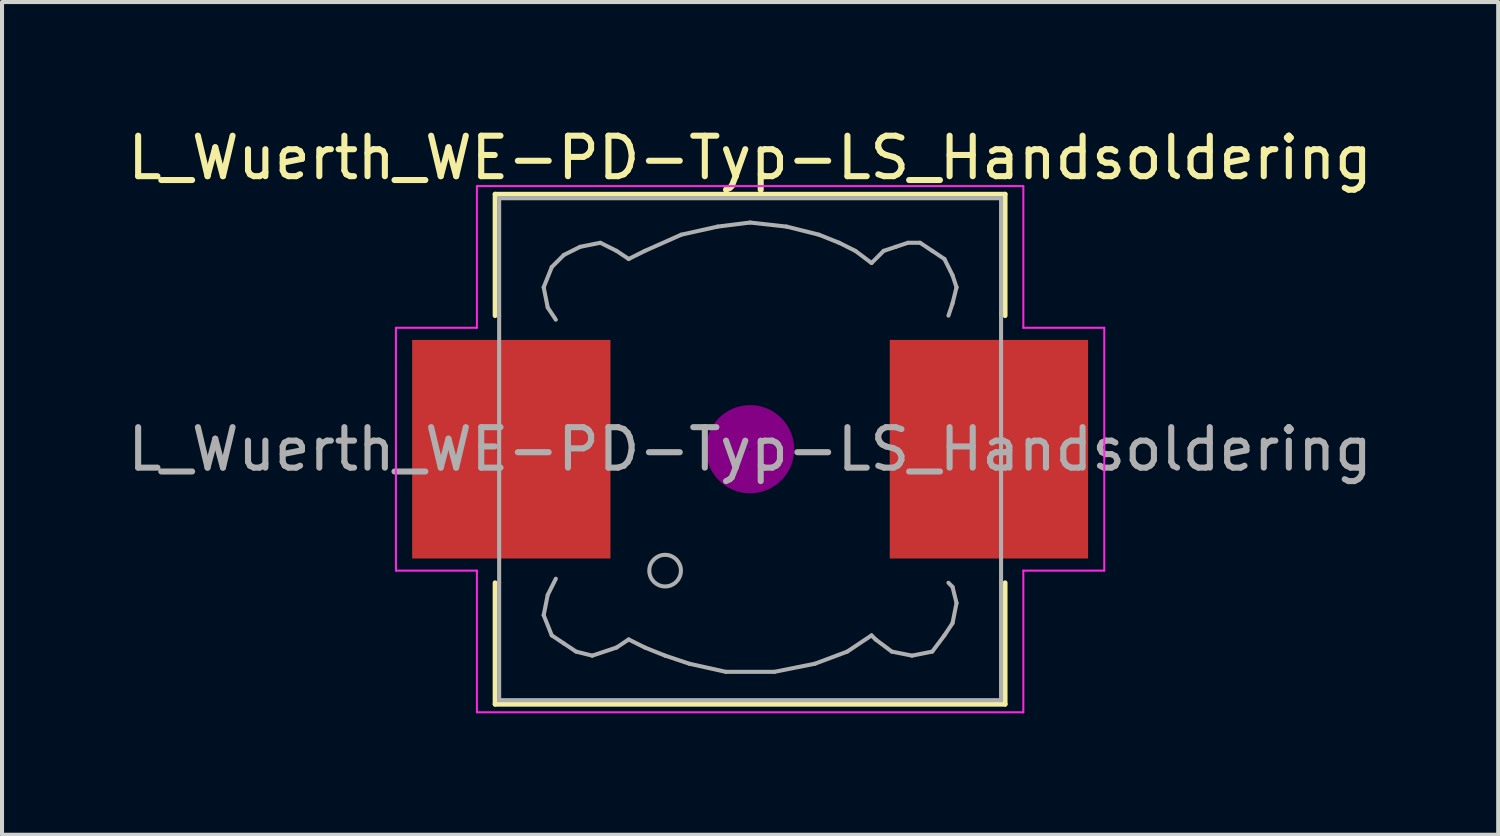
<source format=kicad_pcb>
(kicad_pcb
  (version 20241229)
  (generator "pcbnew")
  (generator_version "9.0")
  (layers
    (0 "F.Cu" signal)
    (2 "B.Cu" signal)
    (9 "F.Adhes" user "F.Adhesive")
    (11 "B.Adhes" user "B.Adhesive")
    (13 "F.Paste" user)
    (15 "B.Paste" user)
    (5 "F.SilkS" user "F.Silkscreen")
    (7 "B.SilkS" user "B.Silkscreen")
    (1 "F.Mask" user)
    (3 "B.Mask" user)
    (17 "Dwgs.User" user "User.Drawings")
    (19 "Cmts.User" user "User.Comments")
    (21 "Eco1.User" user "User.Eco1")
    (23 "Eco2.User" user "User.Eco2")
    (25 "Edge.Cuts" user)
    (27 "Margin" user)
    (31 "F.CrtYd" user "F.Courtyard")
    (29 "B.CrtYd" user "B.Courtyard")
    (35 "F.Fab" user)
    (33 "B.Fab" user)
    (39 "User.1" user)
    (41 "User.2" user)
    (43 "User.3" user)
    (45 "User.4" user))
  (footprint "L_Wuerth_WE-PD-Typ-LS_Handsoldering"
    (layer "F.Cu")
    (at 15.482 8.048)
    (property "Reference" "L_Wuerth_WE-PD-Typ-LS_Handsoldering" (at 0 -7.2 0) (layer "F.SilkS") (effects (font (size 1 1) (thickness 0.15))))
    (attr smd)
    (fp_line (start -6.3 -6.3) (end 6.3 -6.3) (stroke (width 0.12) (type solid)) (layer "F.SilkS"))
    (fp_line (start -6.3 -3.3) (end -6.3 -6.3) (stroke (width 0.12) (type solid)) (layer "F.SilkS"))
    (fp_line (start -6.3 6.3) (end -6.3 3.3) (stroke (width 0.12) (type solid)) (layer "F.SilkS"))
    (fp_line (start 6.3 -6.3) (end 6.3 -3.3) (stroke (width 0.12) (type solid)) (layer "F.SilkS"))
    (fp_line (start 6.3 3.3) (end 6.3 6.3) (stroke (width 0.12) (type solid)) (layer "F.SilkS"))
    (fp_line (start 6.3 6.3) (end -6.3 6.3) (stroke (width 0.12) (type solid)) (layer "F.SilkS"))
    (fp_circle (center 0 0) (end 0.15 0.15) (stroke (width 0.38) (type solid)) (fill no) (layer "F.Adhes"))
    (fp_circle (center 0 0) (end 0.55 0) (stroke (width 0.38) (type solid)) (fill no) (layer "F.Adhes"))
    (fp_circle (center 0 0) (end 0.9 0) (stroke (width 0.38) (type solid)) (fill no) (layer "F.Adhes"))
    (fp_line (start -8.75 -3) (end -6.75 -3) (stroke (width 0.05) (type solid)) (layer "F.CrtYd"))
    (fp_line (start -8.75 3) (end -8.75 -3) (stroke (width 0.05) (type solid)) (layer "F.CrtYd"))
    (fp_line (start -6.75 -6.5) (end 6.75 -6.5) (stroke (width 0.05) (type solid)) (layer "F.CrtYd"))
    (fp_line (start -6.75 -3) (end -6.75 -6.5) (stroke (width 0.05) (type solid)) (layer "F.CrtYd"))
    (fp_line (start -6.75 3) (end -8.75 3) (stroke (width 0.05) (type solid)) (layer "F.CrtYd"))
    (fp_line (start -6.75 6.5) (end -6.75 3) (stroke (width 0.05) (type solid)) (layer "F.CrtYd"))
    (fp_line (start 6.75 -6.5) (end 6.75 -3) (stroke (width 0.05) (type solid)) (layer "F.CrtYd"))
    (fp_line (start 6.75 -3) (end 8.75 -3) (stroke (width 0.05) (type solid)) (layer "F.CrtYd"))
    (fp_line (start 6.75 3) (end 6.75 6.5) (stroke (width 0.05) (type solid)) (layer "F.CrtYd"))
    (fp_line (start 6.75 6.5) (end -6.75 6.5) (stroke (width 0.05) (type solid)) (layer "F.CrtYd"))
    (fp_line (start 8.75 -3) (end 8.75 3) (stroke (width 0.05) (type solid)) (layer "F.CrtYd"))
    (fp_line (start 8.75 3) (end 6.75 3) (stroke (width 0.05) (type solid)) (layer "F.CrtYd"))
    (fp_line (start -6.2 -6.2) (end -6.2 -3.3) (stroke (width 0.1) (type solid)) (layer "F.Fab"))
    (fp_line (start -6.2 -3.3) (end -6.2 3.3) (stroke (width 0.1) (type solid)) (layer "F.Fab"))
    (fp_line (start -6.2 3.3) (end -6.2 6.2) (stroke (width 0.1) (type solid)) (layer "F.Fab"))
    (fp_line (start -6.2 6.2) (end 6.2 6.2) (stroke (width 0.1) (type solid)) (layer "F.Fab"))
    (fp_line (start -5.1 -4) (end -5 -3.5) (stroke (width 0.1) (type solid)) (layer "F.Fab"))
    (fp_line (start -5.1 4.1) (end -5 3.6) (stroke (width 0.1) (type solid)) (layer "F.Fab"))
    (fp_line (start -5 -3.5) (end -4.8 -3.2) (stroke (width 0.1) (type solid)) (layer "F.Fab"))
    (fp_line (start -5 3.6) (end -4.8 3.2) (stroke (width 0.1) (type solid)) (layer "F.Fab"))
    (fp_line (start -4.9 -4.5) (end -5.1 -4) (stroke (width 0.1) (type solid)) (layer "F.Fab"))
    (fp_line (start -4.9 4.6) (end -5.1 4.1) (stroke (width 0.1) (type solid)) (layer "F.Fab"))
    (fp_line (start -4.6 -4.8) (end -4.9 -4.5) (stroke (width 0.1) (type solid)) (layer "F.Fab"))
    (fp_line (start -4.6 4.8) (end -4.9 4.6) (stroke (width 0.1) (type solid)) (layer "F.Fab"))
    (fp_line (start -4.3 5) (end -4.6 4.8) (stroke (width 0.1) (type solid)) (layer "F.Fab"))
    (fp_line (start -4.2 -5) (end -4.6 -4.8) (stroke (width 0.1) (type solid)) (layer "F.Fab"))
    (fp_line (start -3.9 5.1) (end -4.3 5) (stroke (width 0.1) (type solid)) (layer "F.Fab"))
    (fp_line (start -3.7 -5.1) (end -4.2 -5) (stroke (width 0.1) (type solid)) (layer "F.Fab"))
    (fp_line (start -3.3 -4.9) (end -3.7 -5.1) (stroke (width 0.1) (type solid)) (layer "F.Fab"))
    (fp_line (start -3.3 4.9) (end -3.9 5.1) (stroke (width 0.1) (type solid)) (layer "F.Fab"))
    (fp_line (start -3 -4.7) (end -3.3 -4.9) (stroke (width 0.1) (type solid)) (layer "F.Fab"))
    (fp_line (start -3 4.7) (end -3.3 4.9) (stroke (width 0.1) (type solid)) (layer "F.Fab"))
    (fp_line (start -2.6 -4.9) (end -3 -4.7) (stroke (width 0.1) (type solid)) (layer "F.Fab"))
    (fp_line (start -2.6 4.9) (end -3 4.7) (stroke (width 0.1) (type solid)) (layer "F.Fab"))
    (fp_line (start -2.1 5.1) (end -2.6 4.9) (stroke (width 0.1) (type solid)) (layer "F.Fab"))
    (fp_line (start -1.7 -5.3) (end -2.6 -4.9) (stroke (width 0.1) (type solid)) (layer "F.Fab"))
    (fp_line (start -1.5 5.3) (end -2.1 5.1) (stroke (width 0.1) (type solid)) (layer "F.Fab"))
    (fp_line (start -0.8 -5.5) (end -1.7 -5.3) (stroke (width 0.1) (type solid)) (layer "F.Fab"))
    (fp_line (start -0.6 5.5) (end -1.5 5.3) (stroke (width 0.1) (type solid)) (layer "F.Fab"))
    (fp_line (start 0 -5.6) (end -0.8 -5.5) (stroke (width 0.1) (type solid)) (layer "F.Fab"))
    (fp_line (start 0.6 5.5) (end -0.6 5.5) (stroke (width 0.1) (type solid)) (layer "F.Fab"))
    (fp_line (start 0.9 -5.5) (end 0 -5.6) (stroke (width 0.1) (type solid)) (layer "F.Fab"))
    (fp_line (start 1.6 5.3) (end 0.6 5.5) (stroke (width 0.1) (type solid)) (layer "F.Fab"))
    (fp_line (start 1.7 -5.3) (end 0.9 -5.5) (stroke (width 0.1) (type solid)) (layer "F.Fab"))
    (fp_line (start 2.2 -5.1) (end 1.7 -5.3) (stroke (width 0.1) (type solid)) (layer "F.Fab"))
    (fp_line (start 2.4 5) (end 1.6 5.3) (stroke (width 0.1) (type solid)) (layer "F.Fab"))
    (fp_line (start 2.6 -4.9) (end 2.2 -5.1) (stroke (width 0.1) (type solid)) (layer "F.Fab"))
    (fp_line (start 3 -4.6) (end 2.6 -4.9) (stroke (width 0.1) (type solid)) (layer "F.Fab"))
    (fp_line (start 3 4.6) (end 2.4 5) (stroke (width 0.1) (type solid)) (layer "F.Fab"))
    (fp_line (start 3.1 4.7) (end 3 4.6) (stroke (width 0.1) (type solid)) (layer "F.Fab"))
    (fp_line (start 3.3 -4.9) (end 3 -4.6) (stroke (width 0.1) (type solid)) (layer "F.Fab"))
    (fp_line (start 3.5 5) (end 3.1 4.7) (stroke (width 0.1) (type solid)) (layer "F.Fab"))
    (fp_line (start 3.6 -5) (end 3.3 -4.9) (stroke (width 0.1) (type solid)) (layer "F.Fab"))
    (fp_line (start 3.9 -5.1) (end 3.6 -5) (stroke (width 0.1) (type solid)) (layer "F.Fab"))
    (fp_line (start 4 5.1) (end 3.5 5) (stroke (width 0.1) (type solid)) (layer "F.Fab"))
    (fp_line (start 4.2 -5.1) (end 3.9 -5.1) (stroke (width 0.1) (type solid)) (layer "F.Fab"))
    (fp_line (start 4.5 -4.9) (end 4.2 -5.1) (stroke (width 0.1) (type solid)) (layer "F.Fab"))
    (fp_line (start 4.5 5) (end 4 5.1) (stroke (width 0.1) (type solid)) (layer "F.Fab"))
    (fp_line (start 4.8 -4.7) (end 4.5 -4.9) (stroke (width 0.1) (type solid)) (layer "F.Fab"))
    (fp_line (start 4.8 4.6) (end 4.5 5) (stroke (width 0.1) (type solid)) (layer "F.Fab"))
    (fp_line (start 4.9 -3.3) (end 5 -3.6) (stroke (width 0.1) (type solid)) (layer "F.Fab"))
    (fp_line (start 4.9 3.3) (end 5 3.4) (stroke (width 0.1) (type solid)) (layer "F.Fab"))
    (fp_line (start 5 -4.3) (end 4.8 -4.7) (stroke (width 0.1) (type solid)) (layer "F.Fab"))
    (fp_line (start 5 -3.6) (end 5.1 -4) (stroke (width 0.1) (type solid)) (layer "F.Fab"))
    (fp_line (start 5 3.4) (end 5.1 3.8) (stroke (width 0.1) (type solid)) (layer "F.Fab"))
    (fp_line (start 5 4.3) (end 4.8 4.6) (stroke (width 0.1) (type solid)) (layer "F.Fab"))
    (fp_line (start 5.1 -4) (end 5 -4.3) (stroke (width 0.1) (type solid)) (layer "F.Fab"))
    (fp_line (start 5.1 3.8) (end 5 4.3) (stroke (width 0.1) (type solid)) (layer "F.Fab"))
    (fp_line (start 6.2 -6.2) (end -6.2 -6.2) (stroke (width 0.1) (type solid)) (layer "F.Fab"))
    (fp_line (start 6.2 -6.2) (end 6.2 -3.3) (stroke (width 0.1) (type solid)) (layer "F.Fab"))
    (fp_line (start 6.2 3.3) (end 6.2 -3.4) (stroke (width 0.1) (type solid)) (layer "F.Fab"))
    (fp_line (start 6.2 6.2) (end 6.2 3.3) (stroke (width 0.1) (type solid)) (layer "F.Fab"))
    (fp_circle (center -2.1 3) (end -1.8 3.25) (stroke (width 0.1) (type solid)) (fill no) (layer "F.Fab"))
    (fp_text user "${REFERENCE}" (at 0 0 0) (layer "F.Fab") (effects (font (size 1 1) (thickness 0.15))))
    (pad "1" smd rect (at -5.9 0) (size 4.9 5.4) (layers "F.Cu" "F.Mask" "F.Paste"))
    (pad "2" smd rect (at 5.9 0) (size 4.9 5.4) (layers "F.Cu" "F.Mask" "F.Paste")))
  (gr_rect
    (start -3 -3)
    (end 33.964 17.573)
    (stroke (width 0.1) (type default))
    (fill no)
    (layer "Edge.Cuts")))
</source>
